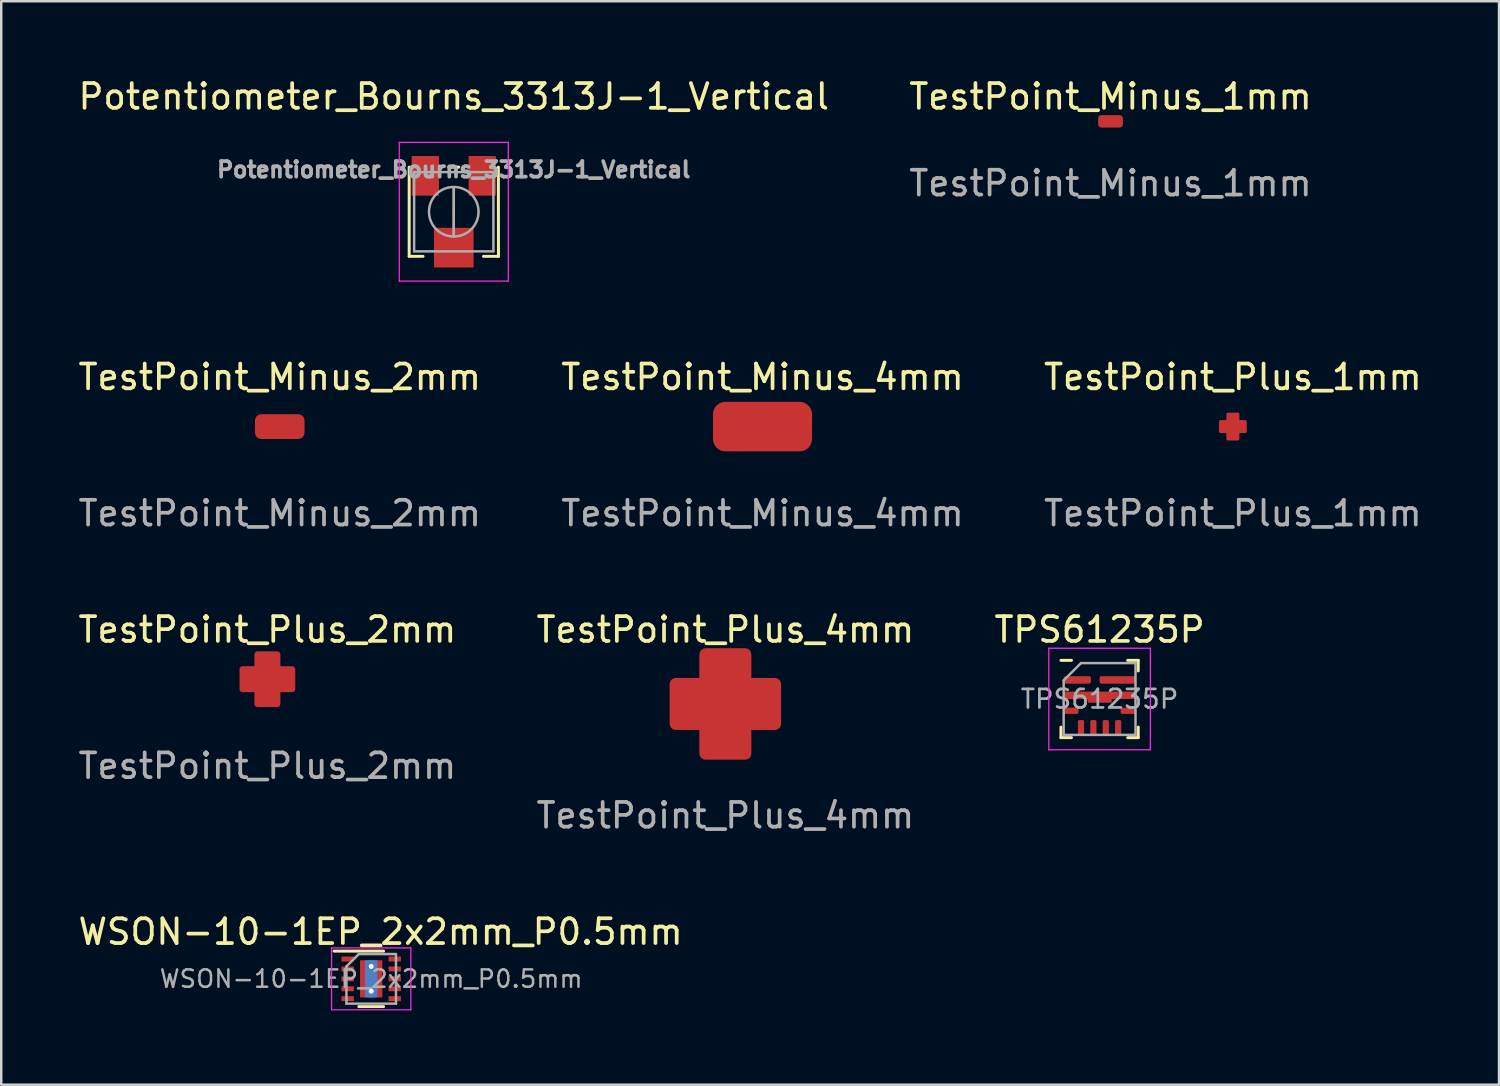
<source format=kicad_pcb>
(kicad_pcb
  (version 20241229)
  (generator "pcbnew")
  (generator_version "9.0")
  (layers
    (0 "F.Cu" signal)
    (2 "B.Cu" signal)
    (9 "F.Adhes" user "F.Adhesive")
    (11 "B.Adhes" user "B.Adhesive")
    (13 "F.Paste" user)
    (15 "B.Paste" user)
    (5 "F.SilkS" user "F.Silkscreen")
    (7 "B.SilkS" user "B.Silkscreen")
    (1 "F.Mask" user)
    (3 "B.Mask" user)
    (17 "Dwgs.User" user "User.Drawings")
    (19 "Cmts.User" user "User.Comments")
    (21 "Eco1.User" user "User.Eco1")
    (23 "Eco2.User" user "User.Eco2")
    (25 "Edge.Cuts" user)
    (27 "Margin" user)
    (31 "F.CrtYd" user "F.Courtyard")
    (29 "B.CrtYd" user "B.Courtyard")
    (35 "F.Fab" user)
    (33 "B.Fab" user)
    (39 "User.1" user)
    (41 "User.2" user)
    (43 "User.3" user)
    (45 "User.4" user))
  (footprint "TestPoint_Plus_2mm"
    (layer "F.Cu")
    (at 7.744 24.368)
    (property "Reference" "TestPoint_Plus_2mm" (at 0 -2 0) (unlocked yes) (layer "F.SilkS") (effects (font (size 1 1) (thickness 0.15))))
    (attr smd)
    (fp_text user "${REFERENCE}" (at 0 3.5 0) (unlocked yes) (layer "F.Fab") (effects (font (size 1 1) (thickness 0.15))))
    (pad "1" smd custom (at 0 0) (size 1 1) (layers "F.Cu" "F.Mask" "F.Paste") (options (anchor rect)) (primitives (gr_poly (pts (xy -0.4 -1) (xy 0.4 -1) (xy 0.4 -0.4) (xy 1 -0.4) (xy 1 0.4) (xy 0.4 0.4) (xy 0.4 1) (xy -0.4 1) (xy -0.4 0.4) (xy -1 0.4) (xy -1 -0.4) (xy -0.4 -0.4)) (width 0.25) (fill yes)))))
  (footprint "TestPoint_Minus_2mm"
    (layer "F.Cu")
    (at 8.244 14.171)
    (property "Reference" "TestPoint_Minus_2mm" (at 0 -2 0) (unlocked yes) (layer "F.SilkS") (effects (font (size 1 1) (thickness 0.15))))
    (attr smd)
    (fp_text user "${REFERENCE}" (at 0 3.5 0) (unlocked yes) (layer "F.Fab") (effects (font (size 1 1) (thickness 0.15))))
    (pad "1" smd roundrect (at 0 0) (size 2 1) (layers "F.Cu" "F.Mask" "F.Paste") (roundrect_rratio 0.25)))
  (footprint "TestPoint_Minus_4mm"
    (layer "F.Cu")
    (at 27.732 14.171)
    (property "Reference" "TestPoint_Minus_4mm" (at 0 -2 0) (unlocked yes) (layer "F.SilkS") (effects (font (size 1 1) (thickness 0.15))))
    (attr smd)
    (fp_text user "${REFERENCE}" (at 0 3.5 0) (unlocked yes) (layer "F.Fab") (effects (font (size 1 1) (thickness 0.15))))
    (pad "1" smd roundrect (at 0 0) (size 4 2) (layers "F.Cu" "F.Mask" "F.Paste") (roundrect_rratio 0.25)))
  (footprint "TestPoint_Minus_1mm"
    (layer "F.Cu")
    (at 41.78 1.848)
    (property "Reference" "TestPoint_Minus_1mm" (at 0 -1 0) (unlocked yes) (layer "F.SilkS") (effects (font (size 1 1) (thickness 0.15))))
    (attr smd)
    (fp_text user "${REFERENCE}" (at 0 2.5 0) (unlocked yes) (layer "F.Fab") (effects (font (size 1 1) (thickness 0.15))))
    (pad "1" smd roundrect (at 0 0) (size 1 0.5) (layers "F.Cu" "F.Mask" "F.Paste") (roundrect_rratio 0.25)))
  (footprint "TestPoint_Plus_4mm"
    (layer "F.Cu")
    (at 26.232 25.368)
    (property "Reference" "TestPoint_Plus_4mm" (at 0 -3 0) (unlocked yes) (layer "F.SilkS") (effects (font (size 1 1) (thickness 0.15))))
    (attr smd)
    (fp_text user "${REFERENCE}" (at 0 4.5 0) (unlocked yes) (layer "F.Fab") (effects (font (size 1 1) (thickness 0.15))))
    (pad "1" smd custom (at 0 0) (size 2 2) (layers "F.Cu" "F.Mask" "F.Paste") (options (anchor rect)) (primitives (gr_poly (pts (xy -0.8 -2) (xy 0.8 -2) (xy 0.8 -0.8) (xy 2 -0.8) (xy 2 0.8) (xy 0.8 0.8) (xy 0.8 2) (xy -0.8 2) (xy -0.8 0.8) (xy -2 0.8) (xy -2 -0.8) (xy -0.8 -0.8)) (width 0.5) (fill yes)))))
  (footprint "WSON-10-1EP_2x2mm_P0.5mm"
    (layer "F.Cu")
    (at 11.935 36.465)
    (property "Reference" "WSON-10-1EP_2x2mm_P0.5mm" (at 0.38 -1.9 0) (layer "F.SilkS") (effects (font (size 1 1) (thickness 0.15))))
    (attr smd)
    (fp_line (start -1.5 -1.12) (end 0.5 -1.12) (stroke (width 0.12) (type solid)) (layer "F.SilkS"))
    (fp_line (start 0.5 1.12) (end -0.5 1.12) (stroke (width 0.12) (type solid)) (layer "F.SilkS"))
    (fp_line (start -1.6 -1.25) (end -1.6 1.25) (stroke (width 0.05) (type solid)) (layer "F.CrtYd"))
    (fp_line (start -1.6 -1.25) (end 1.6 -1.25) (stroke (width 0.05) (type solid)) (layer "F.CrtYd"))
    (fp_line (start -1.6 1.25) (end 1.6 1.25) (stroke (width 0.05) (type solid)) (layer "F.CrtYd"))
    (fp_line (start 1.6 -1.25) (end 1.6 1.25) (stroke (width 0.05) (type solid)) (layer "F.CrtYd"))
    (fp_line (start -1 1) (end -1 -0.5) (stroke (width 0.1) (type solid)) (layer "F.Fab"))
    (fp_line (start -0.5 -1) (end -1 -0.5) (stroke (width 0.1) (type solid)) (layer "F.Fab"))
    (fp_line (start -0.5 -1) (end 1 -1) (stroke (width 0.1) (type solid)) (layer "F.Fab"))
    (fp_line (start 1 -1) (end 1 1) (stroke (width 0.1) (type solid)) (layer "F.Fab"))
    (fp_line (start 1 1) (end -1 1) (stroke (width 0.1) (type solid)) (layer "F.Fab"))
    (fp_text user "${REFERENCE}" (at 0 0 0) (layer "F.Fab") (effects (font (size 0.7 0.7) (thickness 0.1))))
    (pad "" smd rect (at 0 -0.4) (size 0.75 0.65) (layers "F.Paste"))
    (pad "" smd rect (at 0 0.4) (size 0.75 0.65) (layers "F.Paste"))
    (pad "1" smd rect (at -0.95 -0.8) (size 0.5 0.2) (layers "F.Cu" "F.Mask" "F.Paste"))
    (pad "2" smd rect (at -0.95 -0.4) (size 0.5 0.2) (layers "F.Cu" "F.Mask" "F.Paste"))
    (pad "3" smd rect (at -0.95 0) (size 0.5 0.2) (layers "F.Cu" "F.Mask" "F.Paste"))
    (pad "4" smd rect (at -0.95 0.4) (size 0.5 0.2) (layers "F.Cu" "F.Mask" "F.Paste"))
    (pad "5" smd rect (at -0.95 0.8) (size 0.5 0.2) (layers "F.Cu" "F.Mask" "F.Paste"))
    (pad "6" smd rect (at 0.95 0.8) (size 0.5 0.2) (layers "F.Cu" "F.Mask" "F.Paste"))
    (pad "7" smd rect (at 0.95 0.4) (size 0.5 0.2) (layers "F.Cu" "F.Mask" "F.Paste"))
    (pad "8" smd rect (at 0.95 0) (size 0.5 0.2) (layers "F.Cu" "F.Mask" "F.Paste"))
    (pad "9" smd rect (at 0.95 -0.4) (size 0.5 0.2) (layers "F.Cu" "F.Mask" "F.Paste"))
    (pad "10" smd rect (at 0.95 -0.8) (size 0.5 0.2) (layers "F.Cu" "F.Mask" "F.Paste"))
    (pad "11" thru_hole circle (at 0 -0.5) (size 0.5 0.5) (drill 0.2) (layers "*.Cu"))
    (pad "11" smd rect (at 0 0) (size 0.5 1.5) (layers "B.Cu"))
    (pad "11" smd rect (at 0 0) (size 0.9 1.5) (layers "F.Cu" "F.Mask"))
    (pad "11" thru_hole circle (at 0 0.5) (size 0.5 0.5) (drill 0.2) (layers "*.Cu")))
  (footprint "TestPoint_Plus_1mm"
    (layer "F.Cu")
    (at 46.72 14.171)
    (property "Reference" "TestPoint_Plus_1mm" (at 0 -2 0) (unlocked yes) (layer "F.SilkS") (effects (font (size 1 1) (thickness 0.15))))
    (attr smd)
    (fp_text user "${REFERENCE}" (at 0 3.5 0) (unlocked yes) (layer "F.Fab") (effects (font (size 1 1) (thickness 0.15))))
    (pad "1" smd custom (at 0 0) (size 0.5 0.5) (layers "F.Cu" "F.Mask" "F.Paste") (options (anchor rect)) (primitives (gr_poly (pts (xy -0.2 -0.5) (xy 0.2 -0.5) (xy 0.2 -0.2) (xy 0.5 -0.2) (xy 0.5 0.2) (xy 0.2 0.2) (xy 0.2 0.5) (xy -0.2 0.5) (xy -0.2 0.2) (xy -0.5 0.2) (xy -0.5 -0.2) (xy -0.2 -0.2)) (width 0.125) (fill yes)))))
  (footprint "TPS61235P"
    (layer "F.Cu")
    (at 41.339 25.168)
    (property "Reference" "TPS61235P" (at 0 -2.8 0) (layer "F.SilkS") (effects (font (size 1 1) (thickness 0.15))))
    (attr smd)
    (fp_line (start -1.56 1.56) (end -1.56 1.135) (stroke (width 0.12) (type solid)) (layer "F.SilkS"))
    (fp_line (start -1.135 -1.56) (end -1.56 -1.56) (stroke (width 0.12) (type solid)) (layer "F.SilkS"))
    (fp_line (start -1.135 1.56) (end -1.56 1.56) (stroke (width 0.12) (type solid)) (layer "F.SilkS"))
    (fp_line (start 1.135 -1.56) (end 1.56 -1.56) (stroke (width 0.12) (type solid)) (layer "F.SilkS"))
    (fp_line (start 1.135 1.56) (end 1.56 1.56) (stroke (width 0.12) (type solid)) (layer "F.SilkS"))
    (fp_line (start 1.56 -1.56) (end 1.56 -1.135) (stroke (width 0.12) (type solid)) (layer "F.SilkS"))
    (fp_line (start 1.56 1.56) (end 1.56 1.135) (stroke (width 0.12) (type solid)) (layer "F.SilkS"))
    (fp_rect (start -1.375 -0.845) (end -0.575 -0.695) (stroke (width 0.15) (type solid)) (fill yes) (layer "F.Paste"))
    (fp_rect (start -1.375 -0.225) (end -0.785 -0.07) (stroke (width 0.15) (type solid)) (fill yes) (layer "F.Paste"))
    (fp_rect (start -0.41 -0.225) (end 0.41 0.075) (stroke (width 0.15) (type solid)) (fill yes) (layer "F.Paste"))
    (fp_rect (start 0.075 -0.845) (end 0.575 -0.695) (stroke (width 0.15) (type solid)) (fill yes) (layer "F.Paste"))
    (fp_rect (start 0.785 -0.225) (end 1.375 -0.07) (stroke (width 0.15) (type solid)) (fill yes) (layer "F.Paste"))
    (fp_rect (start 0.925 -0.845) (end 1.375 -0.695) (stroke (width 0.15) (type solid)) (fill yes) (layer "F.Paste"))
    (fp_line (start -2.05 -2.05) (end -2.05 2.05) (stroke (width 0.05) (type solid)) (layer "F.CrtYd"))
    (fp_line (start -2.05 2.05) (end 2.05 2.05) (stroke (width 0.05) (type solid)) (layer "F.CrtYd"))
    (fp_line (start 2.05 -2.05) (end -2.05 -2.05) (stroke (width 0.05) (type solid)) (layer "F.CrtYd"))
    (fp_line (start 2.05 2.05) (end 2.05 -2.05) (stroke (width 0.05) (type solid)) (layer "F.CrtYd"))
    (fp_line (start -1.45 -0.75) (end -0.75 -1.45) (stroke (width 0.1) (type solid)) (layer "F.Fab"))
    (fp_line (start -1.45 1.45) (end -1.45 -0.75) (stroke (width 0.1) (type solid)) (layer "F.Fab"))
    (fp_line (start -0.75 -1.45) (end 1.45 -1.45) (stroke (width 0.1) (type solid)) (layer "F.Fab"))
    (fp_line (start 1.45 -1.45) (end 1.45 1.45) (stroke (width 0.1) (type solid)) (layer "F.Fab"))
    (fp_line (start 1.45 1.45) (end -1.45 1.45) (stroke (width 0.1) (type solid)) (layer "F.Fab"))
    (fp_text user "${REFERENCE}" (at 0 0 0) (layer "F.Fab") (effects (font (size 0.75 0.75) (thickness 0.11))))
    (pad "1" smd roundrect (at -0.9 -0.77) (size 1.1 0.3) (layers "F.Cu" "F.Mask") (roundrect_rratio 0.25))
    (pad "2" smd roundrect (at 0 -0.15) (size 2.9 0.3) (layers "F.Cu" "F.Mask") (roundrect_rratio 0.25))
    (pad "2" smd roundrect (at 0 0.075) (size 0.975 0.15) (layers "F.Cu" "F.Mask" "F.Paste") (roundrect_rratio 0.25) (chamfer_ratio 0) (chamfer top_left top_right))
    (pad "3" smd roundrect (at -1.15 0.475) (size 0.6 0.25) (layers "F.Cu" "F.Mask" "F.Paste") (roundrect_rratio 0.25))
    (pad "4" smd roundrect (at -0.75 1.15) (size 0.25 0.6) (layers "F.Cu" "F.Mask" "F.Paste") (roundrect_rratio 0.25))
    (pad "5" smd roundrect (at -0.25 1.15) (size 0.25 0.6) (layers "F.Cu" "F.Mask" "F.Paste") (roundrect_rratio 0.25))
    (pad "6" smd roundrect (at 0.25 1.15) (size 0.25 0.6) (layers "F.Cu" "F.Mask" "F.Paste") (roundrect_rratio 0.25))
    (pad "7" smd roundrect (at 0.75 1.15) (size 0.25 0.6) (layers "F.Cu" "F.Mask" "F.Paste") (roundrect_rratio 0.25))
    (pad "8" smd roundrect (at 1.15 0.475) (size 0.6 0.25) (layers "F.Cu" "F.Mask" "F.Paste") (roundrect_rratio 0.25))
    (pad "9" smd roundrect (at 0.725 -0.77) (size 1.45 0.3) (layers "F.Cu" "F.Mask") (roundrect_rratio 0.25)))
  (footprint "Potentiometer_Bourns_3313J-1_Vertical"
    (layer "F.Cu")
    (at 15.268 5.498)
    (property "Reference" "Potentiometer_Bourns_3313J-1_Vertical" (at 0 -4.65 0) (layer "F.SilkS") (effects (font (size 1 1) (thickness 0.15))))
    (attr smd)
    (fp_line (start -1.8 -1.8) (end -1.8 1.8) (stroke (width 0.12) (type solid)) (layer "F.SilkS"))
    (fp_line (start -1.8 1.8) (end -1.24 1.8) (stroke (width 0.12) (type solid)) (layer "F.SilkS"))
    (fp_line (start -0.2 -1.8) (end 0.2 -1.8) (stroke (width 0.12) (type solid)) (layer "F.SilkS"))
    (fp_line (start 1.2 1.8) (end 1.805 1.8) (stroke (width 0.12) (type solid)) (layer "F.SilkS"))
    (fp_line (start 1.8 -1.8) (end 1.805 1.8) (stroke (width 0.12) (type solid)) (layer "F.SilkS"))
    (fp_line (start -2.2 -2.8) (end -2.2 2.8) (stroke (width 0.05) (type solid)) (layer "F.CrtYd"))
    (fp_line (start -2.2 2.8) (end 2.2 2.8) (stroke (width 0.05) (type solid)) (layer "F.CrtYd"))
    (fp_line (start 2.2 -2.8) (end -2.2 -2.8) (stroke (width 0.05) (type solid)) (layer "F.CrtYd"))
    (fp_line (start 2.2 2.8) (end 2.2 -2.8) (stroke (width 0.05) (type solid)) (layer "F.CrtYd"))
    (fp_line (start -1.6 -1.6) (end -1.6 1.6) (stroke (width 0.1) (type solid)) (layer "F.Fab"))
    (fp_line (start -1.6 1.6) (end 1.6 1.6) (stroke (width 0.1) (type solid)) (layer "F.Fab"))
    (fp_line (start 0 0.99) (end 0.001 -0.989) (stroke (width 0.1) (type solid)) (layer "F.Fab"))
    (fp_line (start 0 0.99) (end 0.001 -0.989) (stroke (width 0.1) (type solid)) (layer "F.Fab"))
    (fp_line (start 1.6 -1.6) (end -1.6 -1.6) (stroke (width 0.1) (type solid)) (layer "F.Fab"))
    (fp_line (start 1.6 1.6) (end 1.6 -1.6) (stroke (width 0.1) (type solid)) (layer "F.Fab"))
    (fp_circle (center 0 0) (end 1 0) (stroke (width 0.1) (type solid)) (fill no) (layer "F.Fab"))
    (fp_text user "${REFERENCE}" (at 0 -1.7 0) (layer "F.Fab") (effects (font (size 0.63 0.63) (thickness 0.15))))
    (pad "1" smd rect (at -1.15 -1.45) (size 1.1 1.6) (layers "F.Cu" "F.Mask" "F.Paste"))
    (pad "2" smd rect (at 0 1.45) (size 1.6 1.6) (layers "F.Cu" "F.Mask" "F.Paste"))
    (pad "3" smd rect (at 1.15 -1.45) (size 1.1 1.6) (layers "F.Cu" "F.Mask" "F.Paste")))
  (gr_rect
    (start -3 -3)
    (end 57.464 40.739)
    (stroke (width 0.1) (type default))
    (fill no)
    (layer "Edge.Cuts")))
</source>
